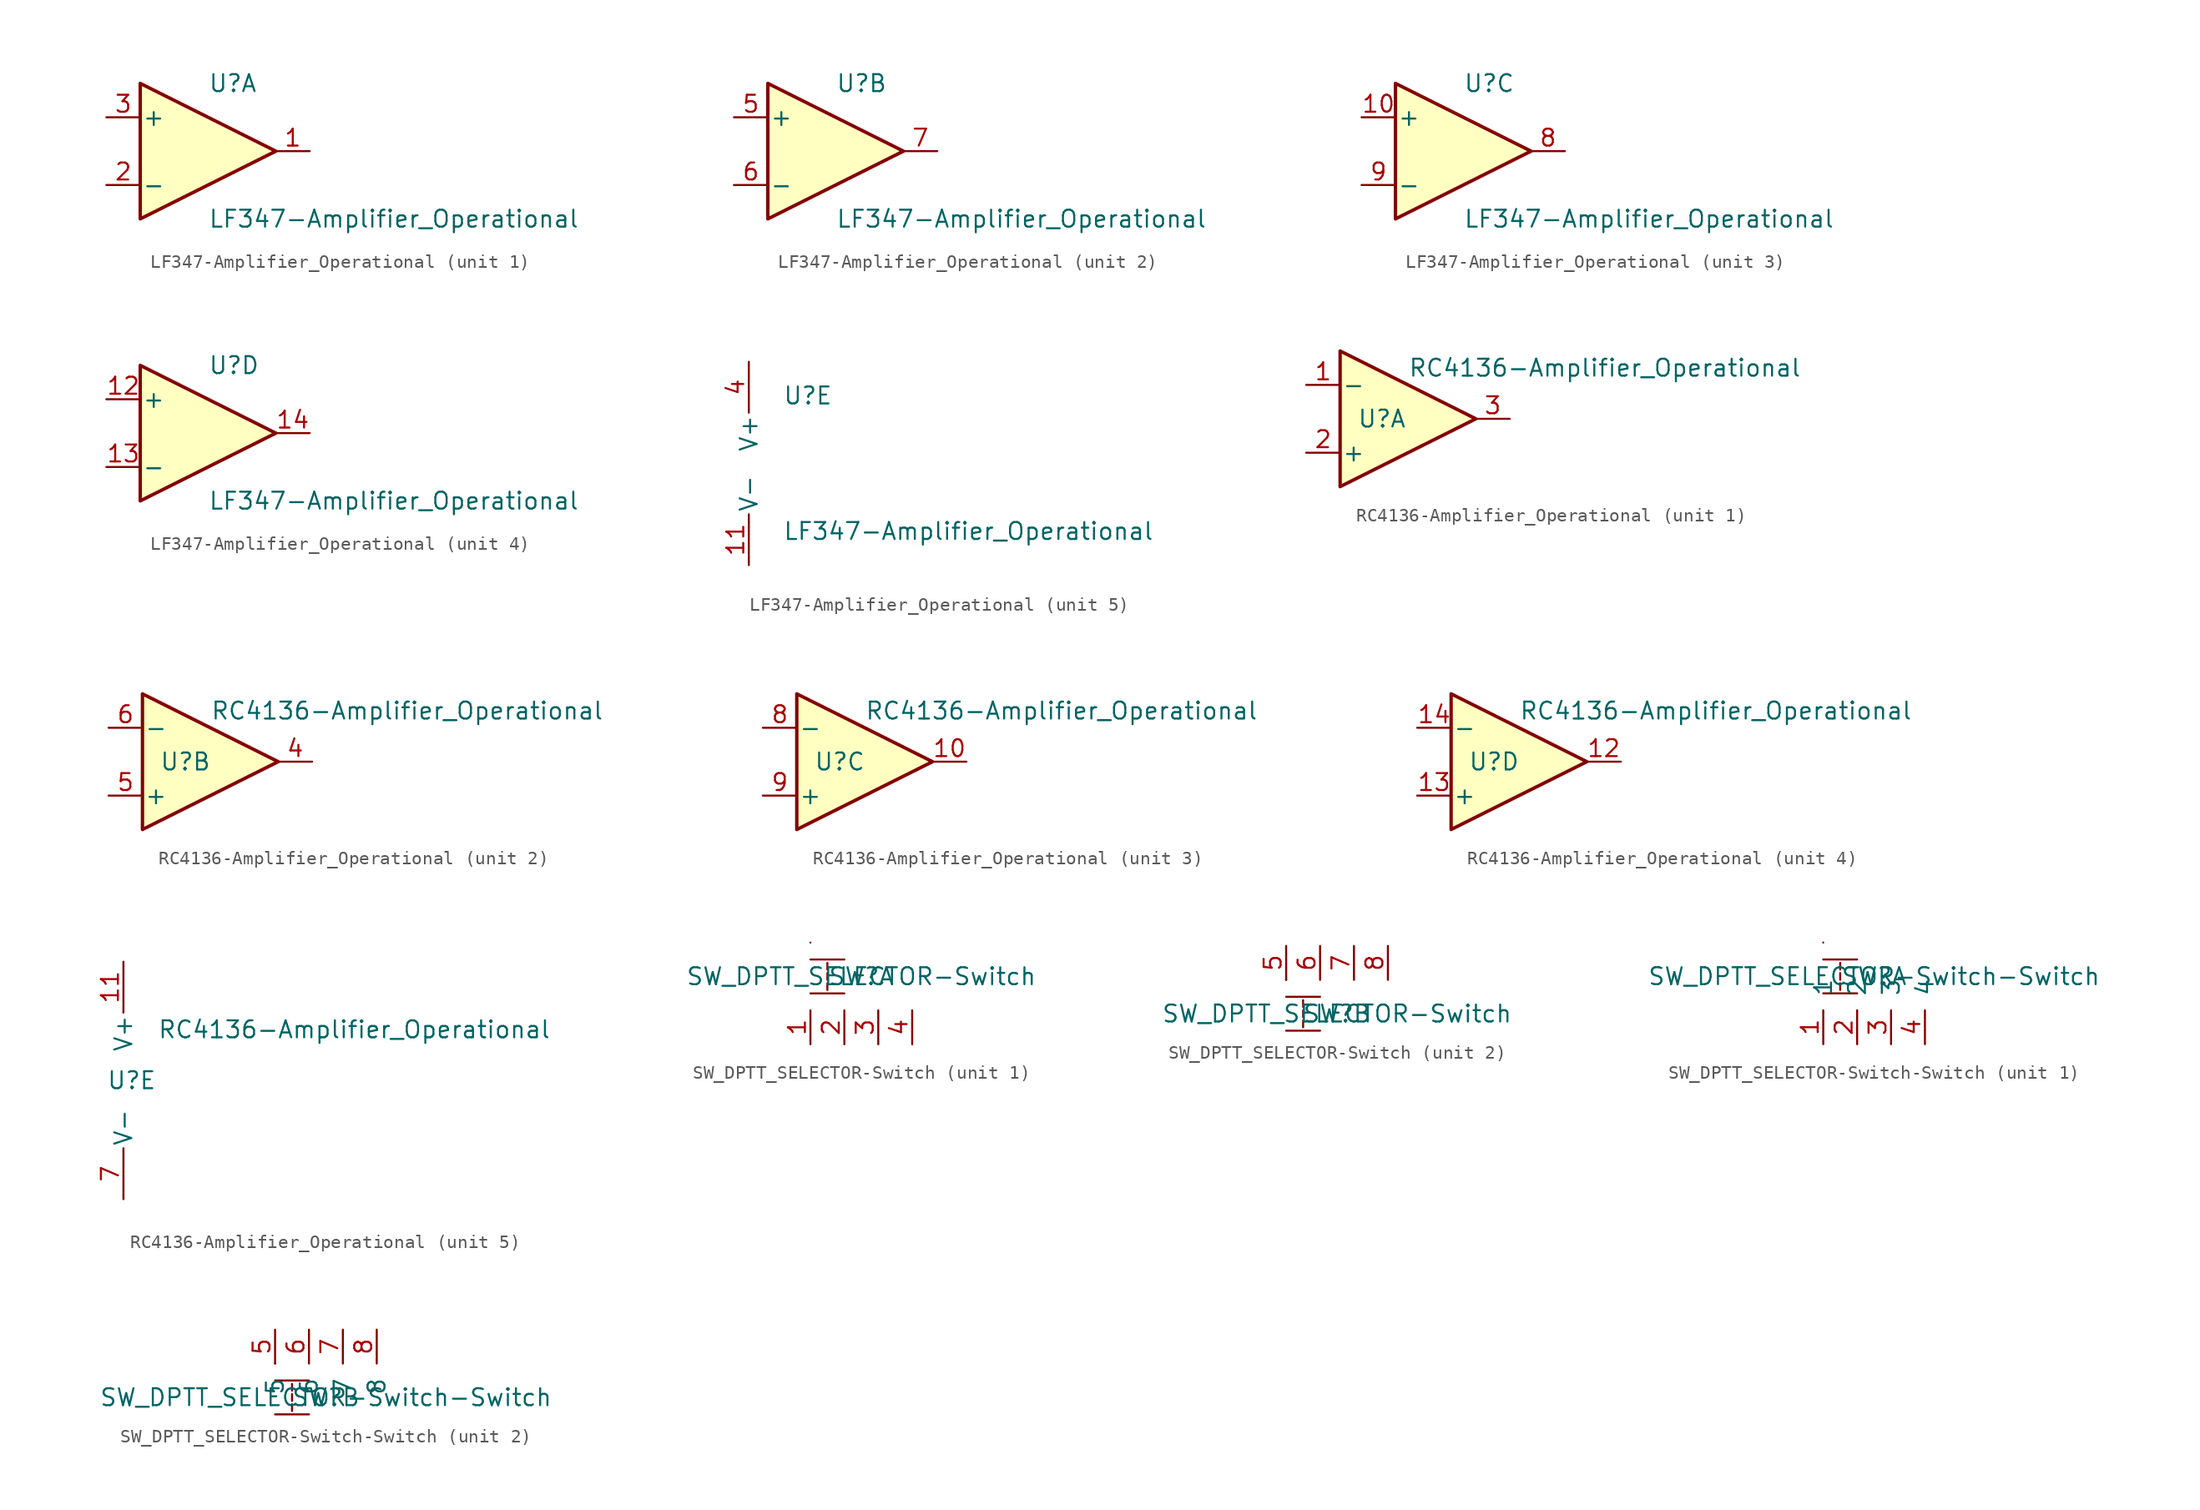
<source format=kicad_sym>
(kicad_symbol_lib
  (version 20220914)
  (generator kicad_symbol_editor)
  (symbol "LF347-Amplifier_Operational"
    (pin_names
      (offset 0.127))
    (property "Reference" "U"
      (at 0 5.08 0)
      (effects (font (size 1.27 1.27)) (justify left)))
    (property "Value" "LF347-Amplifier_Operational"
      (at 0 -5.08 0)
      (effects (font (size 1.27 1.27)) (justify left)))
    (property "ki_locked" ""
      (at 0 0 0)
      (effects (font (size 1.27 1.27))))
    (symbol "LF347-Amplifier_Operational_1_1"
      (polyline (pts (xy -5.08 5.08) (xy 5.08 0) (xy -5.08 -5.08) (xy -5.08 5.08)) (stroke (width 0.254) (type solid)) (fill (type background)))
      (pin output line (at 7.62 0 180) (length 2.54) (name "~" (effects (font (size 1.27 1.27)))) (number "1" (effects (font (size 1.27 1.27)))))
      (pin input line (at -7.62 -2.54 0) (length 2.54) (name "-" (effects (font (size 1.27 1.27)))) (number "2" (effects (font (size 1.27 1.27)))))
      (pin input line (at -7.62 2.54 0) (length 2.54) (name "+" (effects (font (size 1.27 1.27)))) (number "3" (effects (font (size 1.27 1.27))))))
    (symbol "LF347-Amplifier_Operational_2_1"
      (polyline (pts (xy -5.08 5.08) (xy 5.08 0) (xy -5.08 -5.08) (xy -5.08 5.08)) (stroke (width 0.254) (type solid)) (fill (type background)))
      (pin input line (at -7.62 2.54 0) (length 2.54) (name "+" (effects (font (size 1.27 1.27)))) (number "5" (effects (font (size 1.27 1.27)))))
      (pin input line (at -7.62 -2.54 0) (length 2.54) (name "-" (effects (font (size 1.27 1.27)))) (number "6" (effects (font (size 1.27 1.27)))))
      (pin output line (at 7.62 0 180) (length 2.54) (name "~" (effects (font (size 1.27 1.27)))) (number "7" (effects (font (size 1.27 1.27))))))
    (symbol "LF347-Amplifier_Operational_3_1"
      (polyline (pts (xy -5.08 5.08) (xy 5.08 0) (xy -5.08 -5.08) (xy -5.08 5.08)) (stroke (width 0.254) (type solid)) (fill (type background)))
      (pin input line (at -7.62 2.54 0) (length 2.54) (name "+" (effects (font (size 1.27 1.27)))) (number "10" (effects (font (size 1.27 1.27)))))
      (pin output line (at 7.62 0 180) (length 2.54) (name "~" (effects (font (size 1.27 1.27)))) (number "8" (effects (font (size 1.27 1.27)))))
      (pin input line (at -7.62 -2.54 0) (length 2.54) (name "-" (effects (font (size 1.27 1.27)))) (number "9" (effects (font (size 1.27 1.27))))))
    (symbol "LF347-Amplifier_Operational_4_1"
      (polyline (pts (xy -5.08 5.08) (xy 5.08 0) (xy -5.08 -5.08) (xy -5.08 5.08)) (stroke (width 0.254) (type solid)) (fill (type background)))
      (pin input line (at -7.62 2.54 0) (length 2.54) (name "+" (effects (font (size 1.27 1.27)))) (number "12" (effects (font (size 1.27 1.27)))))
      (pin input line (at -7.62 -2.54 0) (length 2.54) (name "-" (effects (font (size 1.27 1.27)))) (number "13" (effects (font (size 1.27 1.27)))))
      (pin output line (at 7.62 0 180) (length 2.54) (name "~" (effects (font (size 1.27 1.27)))) (number "14" (effects (font (size 1.27 1.27))))))
    (symbol "LF347-Amplifier_Operational_5_1"
      (pin power_in line (at -2.54 -7.62 90) (length 3.81) (name "V-" (effects (font (size 1.27 1.27)))) (number "11" (effects (font (size 1.27 1.27)))))
      (pin power_in line (at -2.54 7.62 270) (length 3.81) (name "V+" (effects (font (size 1.27 1.27)))) (number "4" (effects (font (size 1.27 1.27)))))))
  (symbol "RC4136-Amplifier_Operational"
    (pin_names
      (offset 0.127))
    (property "Reference" "U"
      (at -3.81 0 0)
      (effects (font (size 1.27 1.27)) (justify left)))
    (property "Value" "RC4136-Amplifier_Operational"
      (at 0 3.81 0)
      (effects (font (size 1.27 1.27)) (justify left)))
    (property "ki_locked" ""
      (at 0 0 0)
      (effects (font (size 1.27 1.27))))
    (symbol "RC4136-Amplifier_Operational_1_1"
      (polyline (pts (xy -5.08 5.08) (xy 5.08 0) (xy -5.08 -5.08) (xy -5.08 5.08)) (stroke (width 0.254) (type solid)) (fill (type background)))
      (pin input line (at -7.62 2.54 0) (length 2.54) (name "-" (effects (font (size 1.27 1.27)))) (number "1" (effects (font (size 1.27 1.27)))))
      (pin input line (at -7.62 -2.54 0) (length 2.54) (name "+" (effects (font (size 1.27 1.27)))) (number "2" (effects (font (size 1.27 1.27)))))
      (pin output line (at 7.62 0 180) (length 2.54) (name "~" (effects (font (size 1.27 1.27)))) (number "3" (effects (font (size 1.27 1.27))))))
    (symbol "RC4136-Amplifier_Operational_2_1"
      (polyline (pts (xy -5.08 5.08) (xy 5.08 0) (xy -5.08 -5.08) (xy -5.08 5.08)) (stroke (width 0.254) (type solid)) (fill (type background)))
      (pin output line (at 7.62 0 180) (length 2.54) (name "~" (effects (font (size 1.27 1.27)))) (number "4" (effects (font (size 1.27 1.27)))))
      (pin input line (at -7.62 -2.54 0) (length 2.54) (name "+" (effects (font (size 1.27 1.27)))) (number "5" (effects (font (size 1.27 1.27)))))
      (pin input line (at -7.62 2.54 0) (length 2.54) (name "-" (effects (font (size 1.27 1.27)))) (number "6" (effects (font (size 1.27 1.27))))))
    (symbol "RC4136-Amplifier_Operational_3_1"
      (polyline (pts (xy -5.08 5.08) (xy 5.08 0) (xy -5.08 -5.08) (xy -5.08 5.08)) (stroke (width 0.254) (type solid)) (fill (type background)))
      (pin output line (at 7.62 0 180) (length 2.54) (name "~" (effects (font (size 1.27 1.27)))) (number "10" (effects (font (size 1.27 1.27)))))
      (pin input line (at -7.62 2.54 0) (length 2.54) (name "-" (effects (font (size 1.27 1.27)))) (number "8" (effects (font (size 1.27 1.27)))))
      (pin input line (at -7.62 -2.54 0) (length 2.54) (name "+" (effects (font (size 1.27 1.27)))) (number "9" (effects (font (size 1.27 1.27))))))
    (symbol "RC4136-Amplifier_Operational_4_1"
      (polyline (pts (xy -5.08 5.08) (xy 5.08 0) (xy -5.08 -5.08) (xy -5.08 5.08)) (stroke (width 0.254) (type solid)) (fill (type background)))
      (pin output line (at 7.62 0 180) (length 2.54) (name "~" (effects (font (size 1.27 1.27)))) (number "12" (effects (font (size 1.27 1.27)))))
      (pin input line (at -7.62 -2.54 0) (length 2.54) (name "+" (effects (font (size 1.27 1.27)))) (number "13" (effects (font (size 1.27 1.27)))))
      (pin input line (at -7.62 2.54 0) (length 2.54) (name "-" (effects (font (size 1.27 1.27)))) (number "14" (effects (font (size 1.27 1.27))))))
    (symbol "RC4136-Amplifier_Operational_5_1"
      (pin power_in line (at -2.54 8.89 270) (length 3.81) (name "V+" (effects (font (size 1.27 1.27)))) (number "11" (effects (font (size 1.27 1.27)))))
      (pin power_in line (at -2.54 -8.89 90) (length 3.81) (name "V-" (effects (font (size 1.27 1.27)))) (number "7" (effects (font (size 1.27 1.27)))))))
  (symbol "SW_DPTT_SELECTOR-Switch"
    (pin_names
      (offset 1.016))
    (property "Reference" "SW"
      (at 0 0 0)
      (effects (font (size 1.27 1.27))))
    (property "Value" "SW_DPTT_SELECTOR-Switch"
      (at 0 0 0)
      (effects (font (size 1.27 1.27))))
    (symbol "SW_DPTT_SELECTOR-Switch_0_1"
      (polyline (pts (xy -3.81 -1.27) (xy -1.27 -1.27)) (stroke (width 0) (type solid)) (fill (type none)))
      (polyline (pts (xy -3.81 1.27) (xy -1.27 1.27)) (stroke (width 0) (type solid)) (fill (type none)))
      (polyline (pts (xy -3.81 2.54) (xy -3.81 2.54)) (stroke (width 0) (type solid)) (fill (type none)))
      (polyline (pts (xy -2.54 -0.508) (xy -2.54 -1.016)) (stroke (width 0) (type solid)) (fill (type none)))
      (polyline (pts (xy -2.54 0.254) (xy -2.54 -0.254)) (stroke (width 0) (type solid)) (fill (type none)))
      (polyline (pts (xy -2.54 1.016) (xy -2.54 0.635) (xy -2.54 0.508)) (stroke (width 0) (type solid)) (fill (type none))))
    (symbol "SW_DPTT_SELECTOR-Switch_1_1"
      (pin bidirectional line (at -3.81 -5.08 90) (length 2.54) (name "~" (effects (font (size 1.27 1.27)))) (number "1" (effects (font (size 1.27 1.27)))))
      (pin bidirectional line (at -1.27 -5.08 90) (length 2.54) (name "~" (effects (font (size 1.27 1.27)))) (number "2" (effects (font (size 1.27 1.27)))))
      (pin bidirectional line (at 1.27 -5.08 90) (length 2.54) (name "~" (effects (font (size 1.27 1.27)))) (number "3" (effects (font (size 1.27 1.27)))))
      (pin bidirectional line (at 3.81 -5.08 90) (length 2.54) (name "~" (effects (font (size 1.27 1.27)))) (number "4" (effects (font (size 1.27 1.27))))))
    (symbol "SW_DPTT_SELECTOR-Switch_2_1"
      (pin bidirectional line (at -3.81 5.08 270) (length 2.54) (name "~" (effects (font (size 1.27 1.27)))) (number "5" (effects (font (size 1.27 1.27)))))
      (pin bidirectional line (at -1.27 5.08 270) (length 2.54) (name "~" (effects (font (size 1.27 1.27)))) (number "6" (effects (font (size 1.27 1.27)))))
      (pin bidirectional line (at 1.27 5.08 270) (length 2.54) (name "~" (effects (font (size 1.27 1.27)))) (number "7" (effects (font (size 1.27 1.27)))))
      (pin bidirectional line (at 3.81 5.08 270) (length 2.54) (name "~" (effects (font (size 1.27 1.27)))) (number "8" (effects (font (size 1.27 1.27)))))))
  (symbol "SW_DPTT_SELECTOR-Switch-Switch"
    (pin_names
      (offset 1.016))
    (property "Reference" "SW"
      (at 0 0 0)
      (effects (font (size 1.27 1.27))))
    (property "Value" "SW_DPTT_SELECTOR-Switch-Switch"
      (at 0 0 0)
      (effects (font (size 1.27 1.27))))
    (symbol "SW_DPTT_SELECTOR-Switch-Switch_0_1"
      (polyline (pts (xy -3.81 -1.27) (xy -1.27 -1.27)) (stroke (width 0) (type solid)) (fill (type none)))
      (polyline (pts (xy -3.81 1.27) (xy -1.27 1.27)) (stroke (width 0) (type solid)) (fill (type none)))
      (polyline (pts (xy -3.81 2.54) (xy -3.81 2.54)) (stroke (width 0) (type solid)) (fill (type none)))
      (polyline (pts (xy -2.54 -0.508) (xy -2.54 -1.016)) (stroke (width 0) (type solid)) (fill (type none)))
      (polyline (pts (xy -2.54 0.254) (xy -2.54 -0.254)) (stroke (width 0) (type solid)) (fill (type none)))
      (polyline (pts (xy -2.54 1.016) (xy -2.54 0.635) (xy -2.54 0.508)) (stroke (width 0) (type solid)) (fill (type none))))
    (symbol "SW_DPTT_SELECTOR-Switch-Switch_1_1"
      (pin bidirectional line (at -3.81 -5.08 90) (length 2.54) (name "1" (effects (font (size 1.27 1.27)))) (number "1" (effects (font (size 1.27 1.27)))))
      (pin bidirectional line (at -1.27 -5.08 90) (length 2.54) (name "2" (effects (font (size 1.27 1.27)))) (number "2" (effects (font (size 1.27 1.27)))))
      (pin bidirectional line (at 1.27 -5.08 90) (length 2.54) (name "3" (effects (font (size 1.27 1.27)))) (number "3" (effects (font (size 1.27 1.27)))))
      (pin bidirectional line (at 3.81 -5.08 90) (length 2.54) (name "4" (effects (font (size 1.27 1.27)))) (number "4" (effects (font (size 1.27 1.27))))))
    (symbol "SW_DPTT_SELECTOR-Switch-Switch_2_1"
      (pin bidirectional line (at -3.81 5.08 270) (length 2.54) (name "5" (effects (font (size 1.27 1.27)))) (number "5" (effects (font (size 1.27 1.27)))))
      (pin bidirectional line (at -1.27 5.08 270) (length 2.54) (name "6" (effects (font (size 1.27 1.27)))) (number "6" (effects (font (size 1.27 1.27)))))
      (pin bidirectional line (at 1.27 5.08 270) (length 2.54) (name "7" (effects (font (size 1.27 1.27)))) (number "7" (effects (font (size 1.27 1.27)))))
      (pin bidirectional line (at 3.81 5.08 270) (length 2.54) (name "8" (effects (font (size 1.27 1.27)))) (number "8" (effects (font (size 1.27 1.27))))))))
</source>
